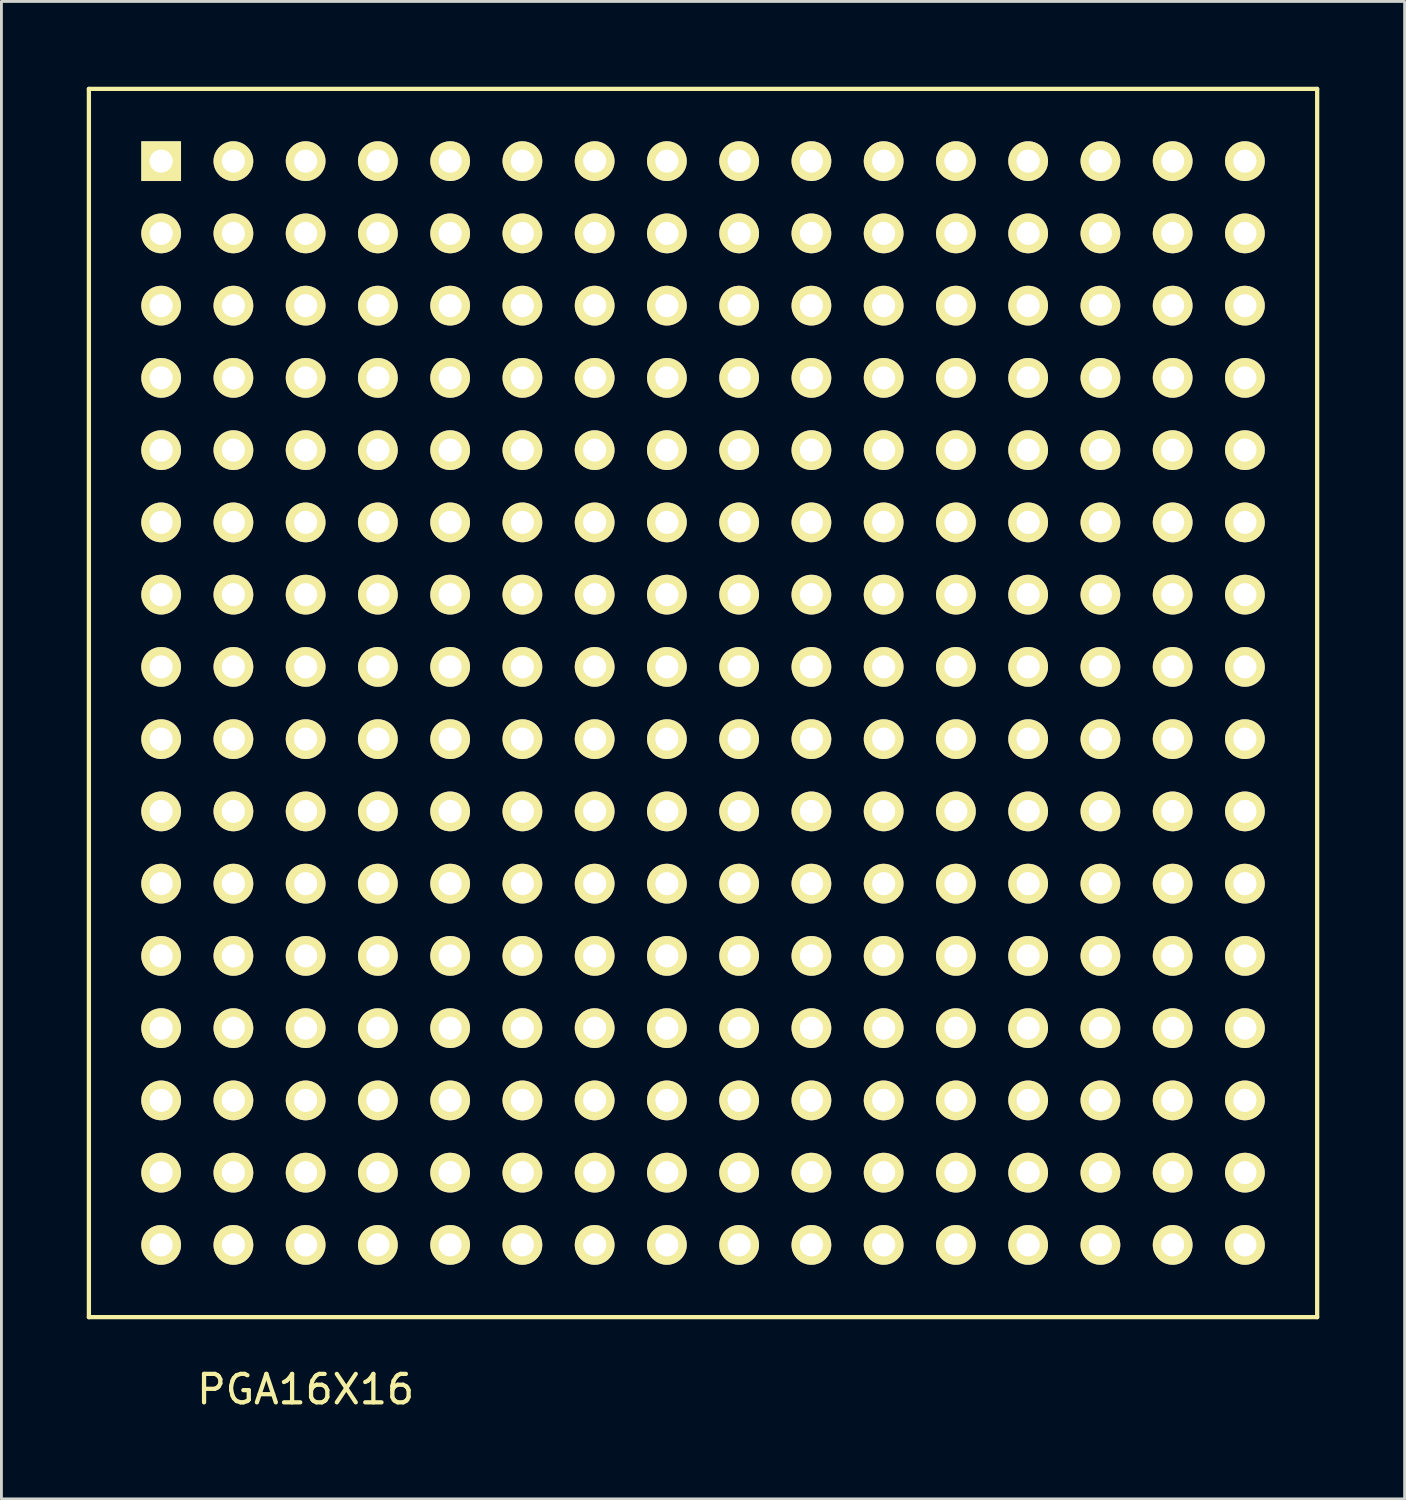
<source format=kicad_pcb>
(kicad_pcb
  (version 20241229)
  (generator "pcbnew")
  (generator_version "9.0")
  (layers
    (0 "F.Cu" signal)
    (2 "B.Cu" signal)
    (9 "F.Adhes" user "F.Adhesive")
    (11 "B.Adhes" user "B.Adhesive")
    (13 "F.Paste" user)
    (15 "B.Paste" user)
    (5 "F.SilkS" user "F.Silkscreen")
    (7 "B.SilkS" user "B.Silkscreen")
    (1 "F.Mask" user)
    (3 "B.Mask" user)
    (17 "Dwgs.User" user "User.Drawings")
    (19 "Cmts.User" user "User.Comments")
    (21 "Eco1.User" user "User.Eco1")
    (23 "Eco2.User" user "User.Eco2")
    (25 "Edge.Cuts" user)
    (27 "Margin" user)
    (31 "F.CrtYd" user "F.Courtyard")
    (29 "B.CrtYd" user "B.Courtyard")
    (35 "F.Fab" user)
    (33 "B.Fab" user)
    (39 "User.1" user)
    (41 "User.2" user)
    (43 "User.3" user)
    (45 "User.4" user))
  (footprint "PGA16X16"
    (layer "F.Cu")
    (at 21.665 21.665)
    (property "Reference" "PGA16X16" (at -13.97 24.13 0) (layer "F.SilkS") (effects (font (size 1 1) (thickness 0.15))))
    (attr through_hole)
    (fp_line (start -21.59 -21.59) (end 21.59 -21.59) (stroke (width 0.15) (type solid)) (layer "F.SilkS"))
    (fp_line (start -21.59 21.59) (end -21.59 -21.59) (stroke (width 0.15) (type solid)) (layer "F.SilkS"))
    (fp_line (start 21.59 -21.59) (end 21.59 21.59) (stroke (width 0.15) (type solid)) (layer "F.SilkS"))
    (fp_line (start 21.59 21.59) (end -21.59 21.59) (stroke (width 0.15) (type solid)) (layer "F.SilkS"))
    (pad "A1" thru_hole rect (at -19.05 -19.05) (size 1.397 1.397) (drill 0.813) (layers "*.Cu" "*.Mask" "F.SilkS"))
    (pad "A2" thru_hole circle (at -16.51 -19.05) (size 1.397 1.397) (drill 0.813) (layers "*.Cu" "*.Mask" "F.SilkS"))
    (pad "A3" thru_hole circle (at -13.97 -19.05) (size 1.397 1.397) (drill 0.813) (layers "*.Cu" "*.Mask" "F.SilkS"))
    (pad "A4" thru_hole circle (at -11.43 -19.05) (size 1.397 1.397) (drill 0.813) (layers "*.Cu" "*.Mask" "F.SilkS"))
    (pad "A5" thru_hole circle (at -8.89 -19.05) (size 1.397 1.397) (drill 0.813) (layers "*.Cu" "*.Mask" "F.SilkS"))
    (pad "A6" thru_hole circle (at -6.35 -19.05) (size 1.397 1.397) (drill 0.813) (layers "*.Cu" "*.Mask" "F.SilkS"))
    (pad "A7" thru_hole circle (at -3.81 -19.05) (size 1.397 1.397) (drill 0.813) (layers "*.Cu" "*.Mask" "F.SilkS"))
    (pad "A8" thru_hole circle (at -1.27 -19.05) (size 1.397 1.397) (drill 0.813) (layers "*.Cu" "*.Mask" "F.SilkS"))
    (pad "A9" thru_hole circle (at 1.27 -19.05) (size 1.397 1.397) (drill 0.813) (layers "*.Cu" "*.Mask" "F.SilkS"))
    (pad "A10" thru_hole circle (at 3.81 -19.05) (size 1.397 1.397) (drill 0.813) (layers "*.Cu" "*.Mask" "F.SilkS"))
    (pad "A11" thru_hole circle (at 6.35 -19.05) (size 1.397 1.397) (drill 0.813) (layers "*.Cu" "*.Mask" "F.SilkS"))
    (pad "A12" thru_hole circle (at 8.89 -19.05) (size 1.397 1.397) (drill 0.813) (layers "*.Cu" "*.Mask" "F.SilkS"))
    (pad "A13" thru_hole circle (at 11.43 -19.05) (size 1.397 1.397) (drill 0.813) (layers "*.Cu" "*.Mask" "F.SilkS"))
    (pad "A14" thru_hole circle (at 13.97 -19.05) (size 1.397 1.397) (drill 0.813) (layers "*.Cu" "*.Mask" "F.SilkS"))
    (pad "A15" thru_hole circle (at 16.51 -19.05) (size 1.397 1.397) (drill 0.813) (layers "*.Cu" "*.Mask" "F.SilkS"))
    (pad "A16" thru_hole circle (at 19.05 -19.05) (size 1.397 1.397) (drill 0.813) (layers "*.Cu" "*.Mask" "F.SilkS"))
    (pad "B1" thru_hole circle (at -19.05 -16.51) (size 1.397 1.397) (drill 0.813) (layers "*.Cu" "*.Mask" "F.SilkS"))
    (pad "B2" thru_hole circle (at -16.51 -16.51) (size 1.397 1.397) (drill 0.813) (layers "*.Cu" "*.Mask" "F.SilkS"))
    (pad "B3" thru_hole circle (at -13.97 -16.51) (size 1.397 1.397) (drill 0.813) (layers "*.Cu" "*.Mask" "F.SilkS"))
    (pad "B4" thru_hole circle (at -11.43 -16.51) (size 1.397 1.397) (drill 0.813) (layers "*.Cu" "*.Mask" "F.SilkS"))
    (pad "B5" thru_hole circle (at -8.89 -16.51) (size 1.397 1.397) (drill 0.813) (layers "*.Cu" "*.Mask" "F.SilkS"))
    (pad "B6" thru_hole circle (at -6.35 -16.51) (size 1.397 1.397) (drill 0.813) (layers "*.Cu" "*.Mask" "F.SilkS"))
    (pad "B7" thru_hole circle (at -3.81 -16.51) (size 1.397 1.397) (drill 0.813) (layers "*.Cu" "*.Mask" "F.SilkS"))
    (pad "B8" thru_hole circle (at -1.27 -16.51) (size 1.397 1.397) (drill 0.813) (layers "*.Cu" "*.Mask" "F.SilkS"))
    (pad "B9" thru_hole circle (at 1.27 -16.51) (size 1.397 1.397) (drill 0.813) (layers "*.Cu" "*.Mask" "F.SilkS"))
    (pad "B10" thru_hole circle (at 3.81 -16.51) (size 1.397 1.397) (drill 0.813) (layers "*.Cu" "*.Mask" "F.SilkS"))
    (pad "B11" thru_hole circle (at 6.35 -16.51) (size 1.397 1.397) (drill 0.813) (layers "*.Cu" "*.Mask" "F.SilkS"))
    (pad "B12" thru_hole circle (at 8.89 -16.51) (size 1.397 1.397) (drill 0.813) (layers "*.Cu" "*.Mask" "F.SilkS"))
    (pad "B13" thru_hole circle (at 11.43 -16.51) (size 1.397 1.397) (drill 0.813) (layers "*.Cu" "*.Mask" "F.SilkS"))
    (pad "B14" thru_hole circle (at 13.97 -16.51) (size 1.397 1.397) (drill 0.813) (layers "*.Cu" "*.Mask" "F.SilkS"))
    (pad "B15" thru_hole circle (at 16.51 -16.51) (size 1.397 1.397) (drill 0.813) (layers "*.Cu" "*.Mask" "F.SilkS"))
    (pad "B16" thru_hole circle (at 19.05 -16.51) (size 1.397 1.397) (drill 0.813) (layers "*.Cu" "*.Mask" "F.SilkS"))
    (pad "C1" thru_hole circle (at -19.05 -13.97) (size 1.397 1.397) (drill 0.813) (layers "*.Cu" "*.Mask" "F.SilkS"))
    (pad "C2" thru_hole circle (at -16.51 -13.97) (size 1.397 1.397) (drill 0.813) (layers "*.Cu" "*.Mask" "F.SilkS"))
    (pad "C3" thru_hole circle (at -13.97 -13.97) (size 1.397 1.397) (drill 0.813) (layers "*.Cu" "*.Mask" "F.SilkS"))
    (pad "C4" thru_hole circle (at -11.43 -13.97) (size 1.397 1.397) (drill 0.813) (layers "*.Cu" "*.Mask" "F.SilkS"))
    (pad "C5" thru_hole circle (at -8.89 -13.97) (size 1.397 1.397) (drill 0.813) (layers "*.Cu" "*.Mask" "F.SilkS"))
    (pad "C6" thru_hole circle (at -6.35 -13.97) (size 1.397 1.397) (drill 0.813) (layers "*.Cu" "*.Mask" "F.SilkS"))
    (pad "C7" thru_hole circle (at -3.81 -13.97) (size 1.397 1.397) (drill 0.813) (layers "*.Cu" "*.Mask" "F.SilkS"))
    (pad "C8" thru_hole circle (at -1.27 -13.97) (size 1.397 1.397) (drill 0.813) (layers "*.Cu" "*.Mask" "F.SilkS"))
    (pad "C9" thru_hole circle (at 1.27 -13.97) (size 1.397 1.397) (drill 0.813) (layers "*.Cu" "*.Mask" "F.SilkS"))
    (pad "C10" thru_hole circle (at 3.81 -13.97) (size 1.397 1.397) (drill 0.813) (layers "*.Cu" "*.Mask" "F.SilkS"))
    (pad "C11" thru_hole circle (at 6.35 -13.97) (size 1.397 1.397) (drill 0.813) (layers "*.Cu" "*.Mask" "F.SilkS"))
    (pad "C12" thru_hole circle (at 8.89 -13.97) (size 1.397 1.397) (drill 0.813) (layers "*.Cu" "*.Mask" "F.SilkS"))
    (pad "C13" thru_hole circle (at 11.43 -13.97) (size 1.397 1.397) (drill 0.813) (layers "*.Cu" "*.Mask" "F.SilkS"))
    (pad "C14" thru_hole circle (at 13.97 -13.97) (size 1.397 1.397) (drill 0.813) (layers "*.Cu" "*.Mask" "F.SilkS"))
    (pad "C15" thru_hole circle (at 16.51 -13.97) (size 1.397 1.397) (drill 0.813) (layers "*.Cu" "*.Mask" "F.SilkS"))
    (pad "C16" thru_hole circle (at 19.05 -13.97) (size 1.397 1.397) (drill 0.813) (layers "*.Cu" "*.Mask" "F.SilkS"))
    (pad "D1" thru_hole circle (at -19.05 -11.43) (size 1.397 1.397) (drill 0.813) (layers "*.Cu" "*.Mask" "F.SilkS"))
    (pad "D2" thru_hole circle (at -16.51 -11.43) (size 1.397 1.397) (drill 0.813) (layers "*.Cu" "*.Mask" "F.SilkS"))
    (pad "D3" thru_hole circle (at -13.97 -11.43) (size 1.397 1.397) (drill 0.813) (layers "*.Cu" "*.Mask" "F.SilkS"))
    (pad "D4" thru_hole circle (at -11.43 -11.43) (size 1.397 1.397) (drill 0.813) (layers "*.Cu" "*.Mask" "F.SilkS"))
    (pad "D5" thru_hole circle (at -8.89 -11.43) (size 1.397 1.397) (drill 0.813) (layers "*.Cu" "*.Mask" "F.SilkS"))
    (pad "D6" thru_hole circle (at -6.35 -11.43) (size 1.397 1.397) (drill 0.813) (layers "*.Cu" "*.Mask" "F.SilkS"))
    (pad "D7" thru_hole circle (at -3.81 -11.43) (size 1.397 1.397) (drill 0.813) (layers "*.Cu" "*.Mask" "F.SilkS"))
    (pad "D8" thru_hole circle (at -1.27 -11.43) (size 1.397 1.397) (drill 0.813) (layers "*.Cu" "*.Mask" "F.SilkS"))
    (pad "D9" thru_hole circle (at 1.27 -11.43) (size 1.397 1.397) (drill 0.813) (layers "*.Cu" "*.Mask" "F.SilkS"))
    (pad "D10" thru_hole circle (at 3.81 -11.43) (size 1.397 1.397) (drill 0.813) (layers "*.Cu" "*.Mask" "F.SilkS"))
    (pad "D11" thru_hole circle (at 6.35 -11.43) (size 1.397 1.397) (drill 0.813) (layers "*.Cu" "*.Mask" "F.SilkS"))
    (pad "D12" thru_hole circle (at 8.89 -11.43) (size 1.397 1.397) (drill 0.813) (layers "*.Cu" "*.Mask" "F.SilkS"))
    (pad "D13" thru_hole circle (at 11.43 -11.43) (size 1.397 1.397) (drill 0.813) (layers "*.Cu" "*.Mask" "F.SilkS"))
    (pad "D14" thru_hole circle (at 13.97 -11.43) (size 1.397 1.397) (drill 0.813) (layers "*.Cu" "*.Mask" "F.SilkS"))
    (pad "D15" thru_hole circle (at 16.51 -11.43) (size 1.397 1.397) (drill 0.813) (layers "*.Cu" "*.Mask" "F.SilkS"))
    (pad "D16" thru_hole circle (at 19.05 -11.43) (size 1.397 1.397) (drill 0.813) (layers "*.Cu" "*.Mask" "F.SilkS"))
    (pad "E1" thru_hole circle (at -19.05 -8.89) (size 1.397 1.397) (drill 0.813) (layers "*.Cu" "*.Mask" "F.SilkS"))
    (pad "E2" thru_hole circle (at -16.51 -8.89) (size 1.397 1.397) (drill 0.813) (layers "*.Cu" "*.Mask" "F.SilkS"))
    (pad "E3" thru_hole circle (at -13.97 -8.89) (size 1.397 1.397) (drill 0.813) (layers "*.Cu" "*.Mask" "F.SilkS"))
    (pad "E4" thru_hole circle (at -11.43 -8.89) (size 1.397 1.397) (drill 0.813) (layers "*.Cu" "*.Mask" "F.SilkS"))
    (pad "E5" thru_hole circle (at -8.89 -8.89) (size 1.397 1.397) (drill 0.813) (layers "*.Cu" "*.Mask" "F.SilkS"))
    (pad "E6" thru_hole circle (at -6.35 -8.89) (size 1.397 1.397) (drill 0.813) (layers "*.Cu" "*.Mask" "F.SilkS"))
    (pad "E7" thru_hole circle (at -3.81 -8.89) (size 1.397 1.397) (drill 0.813) (layers "*.Cu" "*.Mask" "F.SilkS"))
    (pad "E8" thru_hole circle (at -1.27 -8.89) (size 1.397 1.397) (drill 0.813) (layers "*.Cu" "*.Mask" "F.SilkS"))
    (pad "E9" thru_hole circle (at 1.27 -8.89) (size 1.397 1.397) (drill 0.813) (layers "*.Cu" "*.Mask" "F.SilkS"))
    (pad "E10" thru_hole circle (at 3.81 -8.89) (size 1.397 1.397) (drill 0.813) (layers "*.Cu" "*.Mask" "F.SilkS"))
    (pad "E11" thru_hole circle (at 6.35 -8.89) (size 1.397 1.397) (drill 0.813) (layers "*.Cu" "*.Mask" "F.SilkS"))
    (pad "E12" thru_hole circle (at 8.89 -8.89) (size 1.397 1.397) (drill 0.813) (layers "*.Cu" "*.Mask" "F.SilkS"))
    (pad "E13" thru_hole circle (at 11.43 -8.89) (size 1.397 1.397) (drill 0.813) (layers "*.Cu" "*.Mask" "F.SilkS"))
    (pad "E14" thru_hole circle (at 13.97 -8.89) (size 1.397 1.397) (drill 0.813) (layers "*.Cu" "*.Mask" "F.SilkS"))
    (pad "E15" thru_hole circle (at 16.51 -8.89) (size 1.397 1.397) (drill 0.813) (layers "*.Cu" "*.Mask" "F.SilkS"))
    (pad "E16" thru_hole circle (at 19.05 -8.89) (size 1.397 1.397) (drill 0.813) (layers "*.Cu" "*.Mask" "F.SilkS"))
    (pad "F1" thru_hole circle (at -19.05 -6.35) (size 1.397 1.397) (drill 0.813) (layers "*.Cu" "*.Mask" "F.SilkS"))
    (pad "F2" thru_hole circle (at -16.51 -6.35) (size 1.397 1.397) (drill 0.813) (layers "*.Cu" "*.Mask" "F.SilkS"))
    (pad "F3" thru_hole circle (at -13.97 -6.35) (size 1.397 1.397) (drill 0.813) (layers "*.Cu" "*.Mask" "F.SilkS"))
    (pad "F4" thru_hole circle (at -11.43 -6.35) (size 1.397 1.397) (drill 0.813) (layers "*.Cu" "*.Mask" "F.SilkS"))
    (pad "F5" thru_hole circle (at -8.89 -6.35) (size 1.397 1.397) (drill 0.813) (layers "*.Cu" "*.Mask" "F.SilkS"))
    (pad "F6" thru_hole circle (at -6.35 -6.35) (size 1.397 1.397) (drill 0.813) (layers "*.Cu" "*.Mask" "F.SilkS"))
    (pad "F7" thru_hole circle (at -3.81 -6.35) (size 1.397 1.397) (drill 0.813) (layers "*.Cu" "*.Mask" "F.SilkS"))
    (pad "F8" thru_hole circle (at -1.27 -6.35) (size 1.397 1.397) (drill 0.813) (layers "*.Cu" "*.Mask" "F.SilkS"))
    (pad "F9" thru_hole circle (at 1.27 -6.35) (size 1.397 1.397) (drill 0.813) (layers "*.Cu" "*.Mask" "F.SilkS"))
    (pad "F10" thru_hole circle (at 3.81 -6.35) (size 1.397 1.397) (drill 0.813) (layers "*.Cu" "*.Mask" "F.SilkS"))
    (pad "F11" thru_hole circle (at 6.35 -6.35) (size 1.397 1.397) (drill 0.813) (layers "*.Cu" "*.Mask" "F.SilkS"))
    (pad "F12" thru_hole circle (at 8.89 -6.35) (size 1.397 1.397) (drill 0.813) (layers "*.Cu" "*.Mask" "F.SilkS"))
    (pad "F13" thru_hole circle (at 11.43 -6.35) (size 1.397 1.397) (drill 0.813) (layers "*.Cu" "*.Mask" "F.SilkS"))
    (pad "F14" thru_hole circle (at 13.97 -6.35) (size 1.397 1.397) (drill 0.813) (layers "*.Cu" "*.Mask" "F.SilkS"))
    (pad "F15" thru_hole circle (at 16.51 -6.35) (size 1.397 1.397) (drill 0.813) (layers "*.Cu" "*.Mask" "F.SilkS"))
    (pad "F16" thru_hole circle (at 19.05 -6.35) (size 1.397 1.397) (drill 0.813) (layers "*.Cu" "*.Mask" "F.SilkS"))
    (pad "G1" thru_hole circle (at -19.05 -3.81) (size 1.397 1.397) (drill 0.813) (layers "*.Cu" "*.Mask" "F.SilkS"))
    (pad "G2" thru_hole circle (at -16.51 -3.81) (size 1.397 1.397) (drill 0.813) (layers "*.Cu" "*.Mask" "F.SilkS"))
    (pad "G3" thru_hole circle (at -13.97 -3.81) (size 1.397 1.397) (drill 0.813) (layers "*.Cu" "*.Mask" "F.SilkS"))
    (pad "G4" thru_hole circle (at -11.43 -3.81) (size 1.397 1.397) (drill 0.813) (layers "*.Cu" "*.Mask" "F.SilkS"))
    (pad "G5" thru_hole circle (at -8.89 -3.81) (size 1.397 1.397) (drill 0.813) (layers "*.Cu" "*.Mask" "F.SilkS"))
    (pad "G6" thru_hole circle (at -6.35 -3.81) (size 1.397 1.397) (drill 0.813) (layers "*.Cu" "*.Mask" "F.SilkS"))
    (pad "G7" thru_hole circle (at -3.81 -3.81) (size 1.397 1.397) (drill 0.813) (layers "*.Cu" "*.Mask" "F.SilkS"))
    (pad "G8" thru_hole circle (at -1.27 -3.81) (size 1.397 1.397) (drill 0.813) (layers "*.Cu" "*.Mask" "F.SilkS"))
    (pad "G9" thru_hole circle (at 1.27 -3.81) (size 1.397 1.397) (drill 0.813) (layers "*.Cu" "*.Mask" "F.SilkS"))
    (pad "G10" thru_hole circle (at 3.81 -3.81) (size 1.397 1.397) (drill 0.813) (layers "*.Cu" "*.Mask" "F.SilkS"))
    (pad "G11" thru_hole circle (at 6.35 -3.81) (size 1.397 1.397) (drill 0.813) (layers "*.Cu" "*.Mask" "F.SilkS"))
    (pad "G12" thru_hole circle (at 8.89 -3.81) (size 1.397 1.397) (drill 0.813) (layers "*.Cu" "*.Mask" "F.SilkS"))
    (pad "G13" thru_hole circle (at 11.43 -3.81) (size 1.397 1.397) (drill 0.813) (layers "*.Cu" "*.Mask" "F.SilkS"))
    (pad "G14" thru_hole circle (at 13.97 -3.81) (size 1.397 1.397) (drill 0.813) (layers "*.Cu" "*.Mask" "F.SilkS"))
    (pad "G15" thru_hole circle (at 16.51 -3.81) (size 1.397 1.397) (drill 0.813) (layers "*.Cu" "*.Mask" "F.SilkS"))
    (pad "G16" thru_hole circle (at 19.05 -3.81) (size 1.397 1.397) (drill 0.813) (layers "*.Cu" "*.Mask" "F.SilkS"))
    (pad "H1" thru_hole circle (at -19.05 -1.27) (size 1.397 1.397) (drill 0.813) (layers "*.Cu" "*.Mask" "F.SilkS"))
    (pad "H2" thru_hole circle (at -16.51 -1.27) (size 1.397 1.397) (drill 0.813) (layers "*.Cu" "*.Mask" "F.SilkS"))
    (pad "H3" thru_hole circle (at -13.97 -1.27) (size 1.397 1.397) (drill 0.813) (layers "*.Cu" "*.Mask" "F.SilkS"))
    (pad "H4" thru_hole circle (at -11.43 -1.27) (size 1.397 1.397) (drill 0.813) (layers "*.Cu" "*.Mask" "F.SilkS"))
    (pad "H5" thru_hole circle (at -8.89 -1.27) (size 1.397 1.397) (drill 0.813) (layers "*.Cu" "*.Mask" "F.SilkS"))
    (pad "H6" thru_hole circle (at -6.35 -1.27) (size 1.397 1.397) (drill 0.813) (layers "*.Cu" "*.Mask" "F.SilkS"))
    (pad "H7" thru_hole circle (at -3.81 -1.27) (size 1.397 1.397) (drill 0.813) (layers "*.Cu" "*.Mask" "F.SilkS"))
    (pad "H8" thru_hole circle (at -1.27 -1.27) (size 1.397 1.397) (drill 0.813) (layers "*.Cu" "*.Mask" "F.SilkS"))
    (pad "H9" thru_hole circle (at 1.27 -1.27) (size 1.397 1.397) (drill 0.813) (layers "*.Cu" "*.Mask" "F.SilkS"))
    (pad "H10" thru_hole circle (at 3.81 -1.27) (size 1.397 1.397) (drill 0.813) (layers "*.Cu" "*.Mask" "F.SilkS"))
    (pad "H11" thru_hole circle (at 6.35 -1.27) (size 1.397 1.397) (drill 0.813) (layers "*.Cu" "*.Mask" "F.SilkS"))
    (pad "H12" thru_hole circle (at 8.89 -1.27) (size 1.397 1.397) (drill 0.813) (layers "*.Cu" "*.Mask" "F.SilkS"))
    (pad "H13" thru_hole circle (at 11.43 -1.27) (size 1.397 1.397) (drill 0.813) (layers "*.Cu" "*.Mask" "F.SilkS"))
    (pad "H14" thru_hole circle (at 13.97 -1.27) (size 1.397 1.397) (drill 0.813) (layers "*.Cu" "*.Mask" "F.SilkS"))
    (pad "H15" thru_hole circle (at 16.51 -1.27) (size 1.397 1.397) (drill 0.813) (layers "*.Cu" "*.Mask" "F.SilkS"))
    (pad "H16" thru_hole circle (at 19.05 -1.27) (size 1.397 1.397) (drill 0.813) (layers "*.Cu" "*.Mask" "F.SilkS"))
    (pad "J1" thru_hole circle (at -19.05 1.27) (size 1.397 1.397) (drill 0.813) (layers "*.Cu" "*.Mask" "F.SilkS"))
    (pad "J2" thru_hole circle (at -16.51 1.27) (size 1.397 1.397) (drill 0.813) (layers "*.Cu" "*.Mask" "F.SilkS"))
    (pad "J3" thru_hole circle (at -13.97 1.27) (size 1.397 1.397) (drill 0.813) (layers "*.Cu" "*.Mask" "F.SilkS"))
    (pad "J4" thru_hole circle (at -11.43 1.27) (size 1.397 1.397) (drill 0.813) (layers "*.Cu" "*.Mask" "F.SilkS"))
    (pad "J5" thru_hole circle (at -8.89 1.27) (size 1.397 1.397) (drill 0.813) (layers "*.Cu" "*.Mask" "F.SilkS"))
    (pad "J6" thru_hole circle (at -6.35 1.27) (size 1.397 1.397) (drill 0.813) (layers "*.Cu" "*.Mask" "F.SilkS"))
    (pad "J7" thru_hole circle (at -3.81 1.27) (size 1.397 1.397) (drill 0.813) (layers "*.Cu" "*.Mask" "F.SilkS"))
    (pad "J8" thru_hole circle (at -1.27 1.27) (size 1.397 1.397) (drill 0.813) (layers "*.Cu" "*.Mask" "F.SilkS"))
    (pad "J9" thru_hole circle (at 1.27 1.27) (size 1.397 1.397) (drill 0.813) (layers "*.Cu" "*.Mask" "F.SilkS"))
    (pad "J10" thru_hole circle (at 3.81 1.27) (size 1.397 1.397) (drill 0.813) (layers "*.Cu" "*.Mask" "F.SilkS"))
    (pad "J11" thru_hole circle (at 6.35 1.27) (size 1.397 1.397) (drill 0.813) (layers "*.Cu" "*.Mask" "F.SilkS"))
    (pad "J12" thru_hole circle (at 8.89 1.27) (size 1.397 1.397) (drill 0.813) (layers "*.Cu" "*.Mask" "F.SilkS"))
    (pad "J13" thru_hole circle (at 11.43 1.27) (size 1.397 1.397) (drill 0.813) (layers "*.Cu" "*.Mask" "F.SilkS"))
    (pad "J14" thru_hole circle (at 13.97 1.27) (size 1.397 1.397) (drill 0.813) (layers "*.Cu" "*.Mask" "F.SilkS"))
    (pad "J15" thru_hole circle (at 16.51 1.27) (size 1.397 1.397) (drill 0.813) (layers "*.Cu" "*.Mask" "F.SilkS"))
    (pad "J16" thru_hole circle (at 19.05 1.27) (size 1.397 1.397) (drill 0.813) (layers "*.Cu" "*.Mask" "F.SilkS"))
    (pad "K1" thru_hole circle (at -19.05 3.81) (size 1.397 1.397) (drill 0.813) (layers "*.Cu" "*.Mask" "F.SilkS"))
    (pad "K2" thru_hole circle (at -16.51 3.81) (size 1.397 1.397) (drill 0.813) (layers "*.Cu" "*.Mask" "F.SilkS"))
    (pad "K3" thru_hole circle (at -13.97 3.81) (size 1.397 1.397) (drill 0.813) (layers "*.Cu" "*.Mask" "F.SilkS"))
    (pad "K4" thru_hole circle (at -11.43 3.81) (size 1.397 1.397) (drill 0.813) (layers "*.Cu" "*.Mask" "F.SilkS"))
    (pad "K5" thru_hole circle (at -8.89 3.81) (size 1.397 1.397) (drill 0.813) (layers "*.Cu" "*.Mask" "F.SilkS"))
    (pad "K6" thru_hole circle (at -6.35 3.81) (size 1.397 1.397) (drill 0.813) (layers "*.Cu" "*.Mask" "F.SilkS"))
    (pad "K7" thru_hole circle (at -3.81 3.81) (size 1.397 1.397) (drill 0.813) (layers "*.Cu" "*.Mask" "F.SilkS"))
    (pad "K8" thru_hole circle (at -1.27 3.81) (size 1.397 1.397) (drill 0.813) (layers "*.Cu" "*.Mask" "F.SilkS"))
    (pad "K9" thru_hole circle (at 1.27 3.81) (size 1.397 1.397) (drill 0.813) (layers "*.Cu" "*.Mask" "F.SilkS"))
    (pad "K10" thru_hole circle (at 3.81 3.81) (size 1.397 1.397) (drill 0.813) (layers "*.Cu" "*.Mask" "F.SilkS"))
    (pad "K11" thru_hole circle (at 6.35 3.81) (size 1.397 1.397) (drill 0.813) (layers "*.Cu" "*.Mask" "F.SilkS"))
    (pad "K12" thru_hole circle (at 8.89 3.81) (size 1.397 1.397) (drill 0.813) (layers "*.Cu" "*.Mask" "F.SilkS"))
    (pad "K13" thru_hole circle (at 11.43 3.81) (size 1.397 1.397) (drill 0.813) (layers "*.Cu" "*.Mask" "F.SilkS"))
    (pad "K14" thru_hole circle (at 13.97 3.81) (size 1.397 1.397) (drill 0.813) (layers "*.Cu" "*.Mask" "F.SilkS"))
    (pad "K15" thru_hole circle (at 16.51 3.81) (size 1.397 1.397) (drill 0.813) (layers "*.Cu" "*.Mask" "F.SilkS"))
    (pad "K16" thru_hole circle (at 19.05 3.81) (size 1.397 1.397) (drill 0.813) (layers "*.Cu" "*.Mask" "F.SilkS"))
    (pad "L1" thru_hole circle (at -19.05 6.35) (size 1.397 1.397) (drill 0.813) (layers "*.Cu" "*.Mask" "F.SilkS"))
    (pad "L2" thru_hole circle (at -16.51 6.35) (size 1.397 1.397) (drill 0.813) (layers "*.Cu" "*.Mask" "F.SilkS"))
    (pad "L3" thru_hole circle (at -13.97 6.35) (size 1.397 1.397) (drill 0.813) (layers "*.Cu" "*.Mask" "F.SilkS"))
    (pad "L4" thru_hole circle (at -11.43 6.35) (size 1.397 1.397) (drill 0.813) (layers "*.Cu" "*.Mask" "F.SilkS"))
    (pad "L5" thru_hole circle (at -8.89 6.35) (size 1.397 1.397) (drill 0.813) (layers "*.Cu" "*.Mask" "F.SilkS"))
    (pad "L6" thru_hole circle (at -6.35 6.35) (size 1.397 1.397) (drill 0.813) (layers "*.Cu" "*.Mask" "F.SilkS"))
    (pad "L7" thru_hole circle (at -3.81 6.35) (size 1.397 1.397) (drill 0.813) (layers "*.Cu" "*.Mask" "F.SilkS"))
    (pad "L8" thru_hole circle (at -1.27 6.35) (size 1.397 1.397) (drill 0.813) (layers "*.Cu" "*.Mask" "F.SilkS"))
    (pad "L9" thru_hole circle (at 1.27 6.35) (size 1.397 1.397) (drill 0.813) (layers "*.Cu" "*.Mask" "F.SilkS"))
    (pad "L10" thru_hole circle (at 3.81 6.35) (size 1.397 1.397) (drill 0.813) (layers "*.Cu" "*.Mask" "F.SilkS"))
    (pad "L11" thru_hole circle (at 6.35 6.35) (size 1.397 1.397) (drill 0.813) (layers "*.Cu" "*.Mask" "F.SilkS"))
    (pad "L12" thru_hole circle (at 8.89 6.35) (size 1.397 1.397) (drill 0.813) (layers "*.Cu" "*.Mask" "F.SilkS"))
    (pad "L13" thru_hole circle (at 11.43 6.35) (size 1.397 1.397) (drill 0.813) (layers "*.Cu" "*.Mask" "F.SilkS"))
    (pad "L14" thru_hole circle (at 13.97 6.35) (size 1.397 1.397) (drill 0.813) (layers "*.Cu" "*.Mask" "F.SilkS"))
    (pad "L15" thru_hole circle (at 16.51 6.35) (size 1.397 1.397) (drill 0.813) (layers "*.Cu" "*.Mask" "F.SilkS"))
    (pad "L16" thru_hole circle (at 19.05 6.35) (size 1.397 1.397) (drill 0.813) (layers "*.Cu" "*.Mask" "F.SilkS"))
    (pad "M1" thru_hole circle (at -19.05 8.89) (size 1.397 1.397) (drill 0.813) (layers "*.Cu" "*.Mask" "F.SilkS"))
    (pad "M2" thru_hole circle (at -16.51 8.89) (size 1.397 1.397) (drill 0.813) (layers "*.Cu" "*.Mask" "F.SilkS"))
    (pad "M3" thru_hole circle (at -13.97 8.89) (size 1.397 1.397) (drill 0.813) (layers "*.Cu" "*.Mask" "F.SilkS"))
    (pad "M4" thru_hole circle (at -11.43 8.89) (size 1.397 1.397) (drill 0.813) (layers "*.Cu" "*.Mask" "F.SilkS"))
    (pad "M5" thru_hole circle (at -8.89 8.89) (size 1.397 1.397) (drill 0.813) (layers "*.Cu" "*.Mask" "F.SilkS"))
    (pad "M6" thru_hole circle (at -6.35 8.89) (size 1.397 1.397) (drill 0.813) (layers "*.Cu" "*.Mask" "F.SilkS"))
    (pad "M7" thru_hole circle (at -3.81 8.89) (size 1.397 1.397) (drill 0.813) (layers "*.Cu" "*.Mask" "F.SilkS"))
    (pad "M8" thru_hole circle (at -1.27 8.89) (size 1.397 1.397) (drill 0.813) (layers "*.Cu" "*.Mask" "F.SilkS"))
    (pad "M9" thru_hole circle (at 1.27 8.89) (size 1.397 1.397) (drill 0.813) (layers "*.Cu" "*.Mask" "F.SilkS"))
    (pad "M10" thru_hole circle (at 3.81 8.89) (size 1.397 1.397) (drill 0.813) (layers "*.Cu" "*.Mask" "F.SilkS"))
    (pad "M11" thru_hole circle (at 6.35 8.89) (size 1.397 1.397) (drill 0.813) (layers "*.Cu" "*.Mask" "F.SilkS"))
    (pad "M12" thru_hole circle (at 8.89 8.89) (size 1.397 1.397) (drill 0.813) (layers "*.Cu" "*.Mask" "F.SilkS"))
    (pad "M13" thru_hole circle (at 11.43 8.89) (size 1.397 1.397) (drill 0.813) (layers "*.Cu" "*.Mask" "F.SilkS"))
    (pad "M14" thru_hole circle (at 13.97 8.89) (size 1.397 1.397) (drill 0.813) (layers "*.Cu" "*.Mask" "F.SilkS"))
    (pad "M15" thru_hole circle (at 16.51 8.89) (size 1.397 1.397) (drill 0.813) (layers "*.Cu" "*.Mask" "F.SilkS"))
    (pad "M16" thru_hole circle (at 19.05 8.89) (size 1.397 1.397) (drill 0.813) (layers "*.Cu" "*.Mask" "F.SilkS"))
    (pad "N1" thru_hole circle (at -19.05 11.43) (size 1.397 1.397) (drill 0.813) (layers "*.Cu" "*.Mask" "F.SilkS"))
    (pad "N2" thru_hole circle (at -16.51 11.43) (size 1.397 1.397) (drill 0.813) (layers "*.Cu" "*.Mask" "F.SilkS"))
    (pad "N3" thru_hole circle (at -13.97 11.43) (size 1.397 1.397) (drill 0.813) (layers "*.Cu" "*.Mask" "F.SilkS"))
    (pad "N4" thru_hole circle (at -11.43 11.43) (size 1.397 1.397) (drill 0.813) (layers "*.Cu" "*.Mask" "F.SilkS"))
    (pad "N5" thru_hole circle (at -8.89 11.43) (size 1.397 1.397) (drill 0.813) (layers "*.Cu" "*.Mask" "F.SilkS"))
    (pad "N6" thru_hole circle (at -6.35 11.43) (size 1.397 1.397) (drill 0.813) (layers "*.Cu" "*.Mask" "F.SilkS"))
    (pad "N7" thru_hole circle (at -3.81 11.43) (size 1.397 1.397) (drill 0.813) (layers "*.Cu" "*.Mask" "F.SilkS"))
    (pad "N8" thru_hole circle (at -1.27 11.43) (size 1.397 1.397) (drill 0.813) (layers "*.Cu" "*.Mask" "F.SilkS"))
    (pad "N9" thru_hole circle (at 1.27 11.43) (size 1.397 1.397) (drill 0.813) (layers "*.Cu" "*.Mask" "F.SilkS"))
    (pad "N10" thru_hole circle (at 3.81 11.43) (size 1.397 1.397) (drill 0.813) (layers "*.Cu" "*.Mask" "F.SilkS"))
    (pad "N11" thru_hole circle (at 6.35 11.43) (size 1.397 1.397) (drill 0.813) (layers "*.Cu" "*.Mask" "F.SilkS"))
    (pad "N12" thru_hole circle (at 8.89 11.43) (size 1.397 1.397) (drill 0.813) (layers "*.Cu" "*.Mask" "F.SilkS"))
    (pad "N13" thru_hole circle (at 11.43 11.43) (size 1.397 1.397) (drill 0.813) (layers "*.Cu" "*.Mask" "F.SilkS"))
    (pad "N14" thru_hole circle (at 13.97 11.43) (size 1.397 1.397) (drill 0.813) (layers "*.Cu" "*.Mask" "F.SilkS"))
    (pad "N15" thru_hole circle (at 16.51 11.43) (size 1.397 1.397) (drill 0.813) (layers "*.Cu" "*.Mask" "F.SilkS"))
    (pad "N16" thru_hole circle (at 19.05 11.43) (size 1.397 1.397) (drill 0.813) (layers "*.Cu" "*.Mask" "F.SilkS"))
    (pad "P1" thru_hole circle (at -19.05 13.97) (size 1.397 1.397) (drill 0.813) (layers "*.Cu" "*.Mask" "F.SilkS"))
    (pad "P2" thru_hole circle (at -16.51 13.97) (size 1.397 1.397) (drill 0.813) (layers "*.Cu" "*.Mask" "F.SilkS"))
    (pad "P3" thru_hole circle (at -13.97 13.97) (size 1.397 1.397) (drill 0.813) (layers "*.Cu" "*.Mask" "F.SilkS"))
    (pad "P4" thru_hole circle (at -11.43 13.97) (size 1.397 1.397) (drill 0.813) (layers "*.Cu" "*.Mask" "F.SilkS"))
    (pad "P5" thru_hole circle (at -8.89 13.97) (size 1.397 1.397) (drill 0.813) (layers "*.Cu" "*.Mask" "F.SilkS"))
    (pad "P6" thru_hole circle (at -6.35 13.97) (size 1.397 1.397) (drill 0.813) (layers "*.Cu" "*.Mask" "F.SilkS"))
    (pad "P7" thru_hole circle (at -3.81 13.97) (size 1.397 1.397) (drill 0.813) (layers "*.Cu" "*.Mask" "F.SilkS"))
    (pad "P8" thru_hole circle (at -1.27 13.97) (size 1.397 1.397) (drill 0.813) (layers "*.Cu" "*.Mask" "F.SilkS"))
    (pad "P9" thru_hole circle (at 1.27 13.97) (size 1.397 1.397) (drill 0.813) (layers "*.Cu" "*.Mask" "F.SilkS"))
    (pad "P10" thru_hole circle (at 3.81 13.97) (size 1.397 1.397) (drill 0.813) (layers "*.Cu" "*.Mask" "F.SilkS"))
    (pad "P11" thru_hole circle (at 6.35 13.97) (size 1.397 1.397) (drill 0.813) (layers "*.Cu" "*.Mask" "F.SilkS"))
    (pad "P12" thru_hole circle (at 8.89 13.97) (size 1.397 1.397) (drill 0.813) (layers "*.Cu" "*.Mask" "F.SilkS"))
    (pad "P13" thru_hole circle (at 11.43 13.97) (size 1.397 1.397) (drill 0.813) (layers "*.Cu" "*.Mask" "F.SilkS"))
    (pad "P14" thru_hole circle (at 13.97 13.97) (size 1.397 1.397) (drill 0.813) (layers "*.Cu" "*.Mask" "F.SilkS"))
    (pad "P15" thru_hole circle (at 16.51 13.97) (size 1.397 1.397) (drill 0.813) (layers "*.Cu" "*.Mask" "F.SilkS"))
    (pad "P16" thru_hole circle (at 19.05 13.97) (size 1.397 1.397) (drill 0.813) (layers "*.Cu" "*.Mask" "F.SilkS"))
    (pad "R1" thru_hole circle (at -19.05 16.51) (size 1.397 1.397) (drill 0.813) (layers "*.Cu" "*.Mask" "F.SilkS"))
    (pad "R2" thru_hole circle (at -16.51 16.51) (size 1.397 1.397) (drill 0.813) (layers "*.Cu" "*.Mask" "F.SilkS"))
    (pad "R3" thru_hole circle (at -13.97 16.51) (size 1.397 1.397) (drill 0.813) (layers "*.Cu" "*.Mask" "F.SilkS"))
    (pad "R4" thru_hole circle (at -11.43 16.51) (size 1.397 1.397) (drill 0.813) (layers "*.Cu" "*.Mask" "F.SilkS"))
    (pad "R5" thru_hole circle (at -8.89 16.51) (size 1.397 1.397) (drill 0.813) (layers "*.Cu" "*.Mask" "F.SilkS"))
    (pad "R6" thru_hole circle (at -6.35 16.51) (size 1.397 1.397) (drill 0.813) (layers "*.Cu" "*.Mask" "F.SilkS"))
    (pad "R7" thru_hole circle (at -3.81 16.51) (size 1.397 1.397) (drill 0.813) (layers "*.Cu" "*.Mask" "F.SilkS"))
    (pad "R8" thru_hole circle (at -1.27 16.51) (size 1.397 1.397) (drill 0.813) (layers "*.Cu" "*.Mask" "F.SilkS"))
    (pad "R9" thru_hole circle (at 1.27 16.51) (size 1.397 1.397) (drill 0.813) (layers "*.Cu" "*.Mask" "F.SilkS"))
    (pad "R10" thru_hole circle (at 3.81 16.51) (size 1.397 1.397) (drill 0.813) (layers "*.Cu" "*.Mask" "F.SilkS"))
    (pad "R11" thru_hole circle (at 6.35 16.51) (size 1.397 1.397) (drill 0.813) (layers "*.Cu" "*.Mask" "F.SilkS"))
    (pad "R12" thru_hole circle (at 8.89 16.51) (size 1.397 1.397) (drill 0.813) (layers "*.Cu" "*.Mask" "F.SilkS"))
    (pad "R13" thru_hole circle (at 11.43 16.51) (size 1.397 1.397) (drill 0.813) (layers "*.Cu" "*.Mask" "F.SilkS"))
    (pad "R14" thru_hole circle (at 13.97 16.51) (size 1.397 1.397) (drill 0.813) (layers "*.Cu" "*.Mask" "F.SilkS"))
    (pad "R15" thru_hole circle (at 16.51 16.51) (size 1.397 1.397) (drill 0.813) (layers "*.Cu" "*.Mask" "F.SilkS"))
    (pad "R16" thru_hole circle (at 19.05 16.51) (size 1.397 1.397) (drill 0.813) (layers "*.Cu" "*.Mask" "F.SilkS"))
    (pad "T1" thru_hole circle (at -19.05 19.05) (size 1.397 1.397) (drill 0.813) (layers "*.Cu" "*.Mask" "F.SilkS"))
    (pad "T2" thru_hole circle (at -16.51 19.05) (size 1.397 1.397) (drill 0.813) (layers "*.Cu" "*.Mask" "F.SilkS"))
    (pad "T3" thru_hole circle (at -13.97 19.05) (size 1.397 1.397) (drill 0.813) (layers "*.Cu" "*.Mask" "F.SilkS"))
    (pad "T4" thru_hole circle (at -11.43 19.05) (size 1.397 1.397) (drill 0.813) (layers "*.Cu" "*.Mask" "F.SilkS"))
    (pad "T5" thru_hole circle (at -8.89 19.05) (size 1.397 1.397) (drill 0.813) (layers "*.Cu" "*.Mask" "F.SilkS"))
    (pad "T6" thru_hole circle (at -6.35 19.05) (size 1.397 1.397) (drill 0.813) (layers "*.Cu" "*.Mask" "F.SilkS"))
    (pad "T7" thru_hole circle (at -3.81 19.05) (size 1.397 1.397) (drill 0.813) (layers "*.Cu" "*.Mask" "F.SilkS"))
    (pad "T8" thru_hole circle (at -1.27 19.05) (size 1.397 1.397) (drill 0.813) (layers "*.Cu" "*.Mask" "F.SilkS"))
    (pad "T9" thru_hole circle (at 1.27 19.05) (size 1.397 1.397) (drill 0.813) (layers "*.Cu" "*.Mask" "F.SilkS"))
    (pad "T10" thru_hole circle (at 3.81 19.05) (size 1.397 1.397) (drill 0.813) (layers "*.Cu" "*.Mask" "F.SilkS"))
    (pad "T11" thru_hole circle (at 6.35 19.05) (size 1.397 1.397) (drill 0.813) (layers "*.Cu" "*.Mask" "F.SilkS"))
    (pad "T12" thru_hole circle (at 8.89 19.05) (size 1.397 1.397) (drill 0.813) (layers "*.Cu" "*.Mask" "F.SilkS"))
    (pad "T13" thru_hole circle (at 11.43 19.05) (size 1.397 1.397) (drill 0.813) (layers "*.Cu" "*.Mask" "F.SilkS"))
    (pad "T14" thru_hole circle (at 13.97 19.05) (size 1.397 1.397) (drill 0.813) (layers "*.Cu" "*.Mask" "F.SilkS"))
    (pad "T15" thru_hole circle (at 16.51 19.05) (size 1.397 1.397) (drill 0.813) (layers "*.Cu" "*.Mask" "F.SilkS"))
    (pad "T16" thru_hole circle (at 19.05 19.05) (size 1.397 1.397) (drill 0.813) (layers "*.Cu" "*.Mask" "F.SilkS")))
  (gr_rect
    (start -3 -3)
    (end 46.33 49.643)
    (stroke (width 0.1) (type default))
    (fill no)
    (layer "Edge.Cuts")))
</source>
